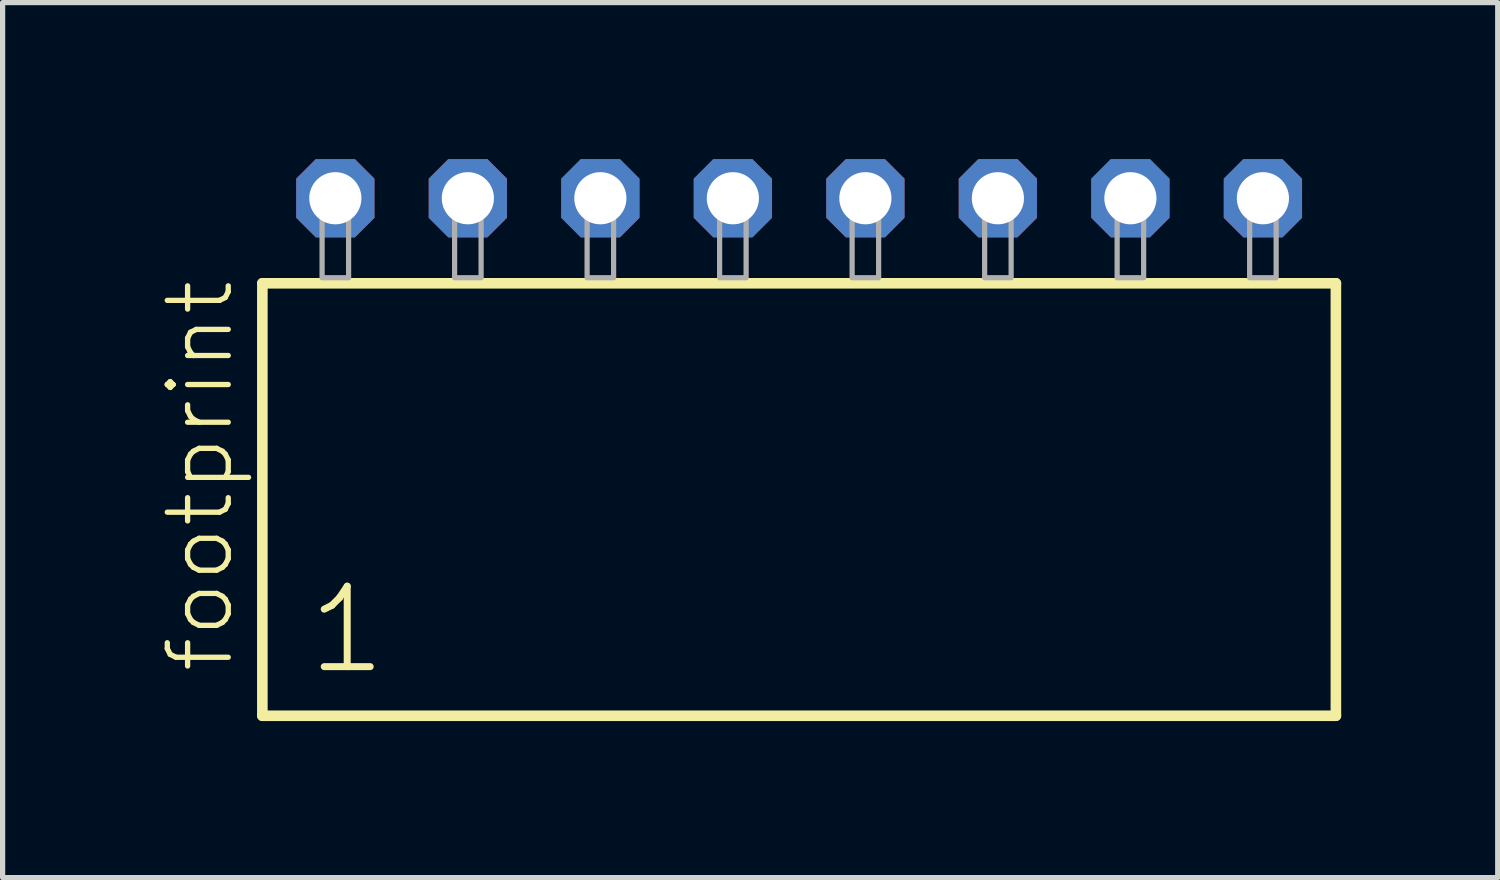
<source format=kicad_pcb>
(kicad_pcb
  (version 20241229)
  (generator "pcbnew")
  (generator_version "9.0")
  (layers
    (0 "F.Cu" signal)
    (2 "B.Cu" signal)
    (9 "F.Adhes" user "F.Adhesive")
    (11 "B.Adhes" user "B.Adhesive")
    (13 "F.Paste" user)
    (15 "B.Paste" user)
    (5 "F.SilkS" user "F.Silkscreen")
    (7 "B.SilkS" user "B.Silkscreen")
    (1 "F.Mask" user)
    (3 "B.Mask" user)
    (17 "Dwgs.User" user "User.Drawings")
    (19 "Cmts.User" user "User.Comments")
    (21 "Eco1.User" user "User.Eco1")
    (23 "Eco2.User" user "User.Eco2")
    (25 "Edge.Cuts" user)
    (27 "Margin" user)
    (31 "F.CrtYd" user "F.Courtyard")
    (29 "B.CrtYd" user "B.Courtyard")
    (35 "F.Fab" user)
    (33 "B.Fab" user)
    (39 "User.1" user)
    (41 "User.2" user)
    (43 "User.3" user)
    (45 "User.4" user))
  (footprint "footprint"
    (layer "F.Cu")
    (at 12.268 2.274)
    (property "Reference" "footprint" (at -10.795 7.62 90) (layer "F.SilkS") (effects (font (size 1.168 1.168) (thickness 0.102)) (justify left bottom)))
    (fp_line (start -10.289 0.106) (end -10.289 8.396) (stroke (width 0.203) (type solid)) (layer "F.SilkS"))
    (fp_line (start -10.289 8.396) (end 10.289 8.396) (stroke (width 0.203) (type solid)) (layer "F.SilkS"))
    (fp_line (start 10.289 0.106) (end -10.289 0.106) (stroke (width 0.203) (type solid)) (layer "F.SilkS"))
    (fp_line (start 10.289 8.396) (end 10.289 0.106) (stroke (width 0.203) (type solid)) (layer "F.SilkS"))
    (fp_poly (pts (xy -9.144 0) (xy -8.636 0) (xy -8.636 -1.778) (xy -9.144 -1.778)) (stroke (width 0.1) (type solid)) (fill no) (layer "F.Fab"))
    (fp_poly (pts (xy -6.604 0) (xy -6.096 0) (xy -6.096 -1.778) (xy -6.604 -1.778)) (stroke (width 0.1) (type solid)) (fill no) (layer "F.Fab"))
    (fp_poly (pts (xy -4.064 0) (xy -3.556 0) (xy -3.556 -1.778) (xy -4.064 -1.778)) (stroke (width 0.1) (type solid)) (fill no) (layer "F.Fab"))
    (fp_poly (pts (xy -1.524 0) (xy -1.016 0) (xy -1.016 -1.778) (xy -1.524 -1.778)) (stroke (width 0.1) (type solid)) (fill no) (layer "F.Fab"))
    (fp_poly (pts (xy 1.016 0) (xy 1.524 0) (xy 1.524 -1.778) (xy 1.016 -1.778)) (stroke (width 0.1) (type solid)) (fill no) (layer "F.Fab"))
    (fp_poly (pts (xy 3.556 0) (xy 4.064 0) (xy 4.064 -1.778) (xy 3.556 -1.778)) (stroke (width 0.1) (type solid)) (fill no) (layer "F.Fab"))
    (fp_poly (pts (xy 6.096 0) (xy 6.604 0) (xy 6.604 -1.778) (xy 6.096 -1.778)) (stroke (width 0.1) (type solid)) (fill no) (layer "F.Fab"))
    (fp_poly (pts (xy 8.636 0) (xy 9.144 0) (xy 9.144 -1.778) (xy 8.636 -1.778)) (stroke (width 0.1) (type solid)) (fill no) (layer "F.Fab"))
    (fp_text user "1" (at -9.485 7.65 0) (layer "F.SilkS") (effects (font (size 1.542 1.542) (thickness 0.134)) (justify left bottom)))
    (pad "1" thru_hole roundrect (at -8.89 -1.524) (size 1.5 1.5) (drill 1) (layers "*.Cu" "*.Mask") (roundrect_rratio 0.25) (chamfer_ratio 0.25) (chamfer top_left top_right bottom_left bottom_right))
    (pad "2" thru_hole roundrect (at -6.35 -1.524) (size 1.5 1.5) (drill 1) (layers "*.Cu" "*.Mask") (roundrect_rratio 0.25) (chamfer_ratio 0.25) (chamfer top_left top_right bottom_left bottom_right))
    (pad "3" thru_hole roundrect (at -3.81 -1.524) (size 1.5 1.5) (drill 1) (layers "*.Cu" "*.Mask") (roundrect_rratio 0.25) (chamfer_ratio 0.25) (chamfer top_left top_right bottom_left bottom_right))
    (pad "4" thru_hole roundrect (at -1.27 -1.524) (size 1.5 1.5) (drill 1) (layers "*.Cu" "*.Mask") (roundrect_rratio 0.25) (chamfer_ratio 0.25) (chamfer top_left top_right bottom_left bottom_right))
    (pad "5" thru_hole roundrect (at 1.27 -1.524) (size 1.5 1.5) (drill 1) (layers "*.Cu" "*.Mask") (roundrect_rratio 0.25) (chamfer_ratio 0.25) (chamfer top_left top_right bottom_left bottom_right))
    (pad "6" thru_hole roundrect (at 3.81 -1.524) (size 1.5 1.5) (drill 1) (layers "*.Cu" "*.Mask") (roundrect_rratio 0.25) (chamfer_ratio 0.25) (chamfer top_left top_right bottom_left bottom_right))
    (pad "7" thru_hole roundrect (at 6.35 -1.524) (size 1.5 1.5) (drill 1) (layers "*.Cu" "*.Mask") (roundrect_rratio 0.25) (chamfer_ratio 0.25) (chamfer top_left top_right bottom_left bottom_right))
    (pad "8" thru_hole roundrect (at 8.89 -1.524) (size 1.5 1.5) (drill 1) (layers "*.Cu" "*.Mask") (roundrect_rratio 0.25) (chamfer_ratio 0.25) (chamfer top_left top_right bottom_left bottom_right)))
  (gr_rect
    (start -3 -3)
    (end 25.659 13.772)
    (stroke (width 0.1) (type default))
    (fill no)
    (layer "Edge.Cuts")))
</source>
